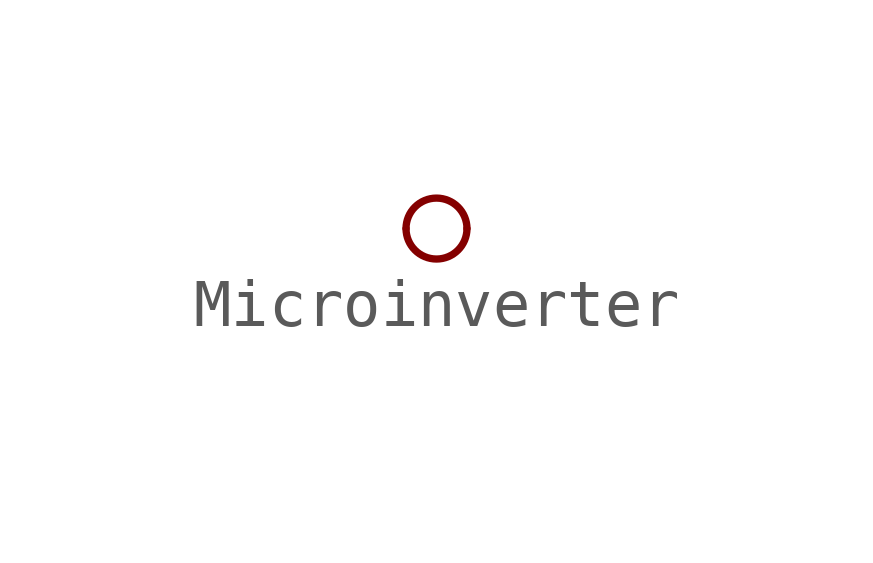
<source format=kicad_sym>
(kicad_symbol_lib
  (version 20211014)
  (generator kicad_symbol_editor)
  (symbol "Microinverter"
    (property "Reference" "U"
      (at 0 -2.54 0)
      (effects (font (size 1.27 1.27)) hide))
    (symbol "Microinverter_1_1"
      (pin input inverted (at -1.27 0 0) (length 1.27) (name "" (effects (font (size 1.27 1.27)))) (number "" (effects (font (size 1.27 1.27)))))
      (pin output line (at 0 0 180) (length 0) (name "" (effects (font (size 1.27 1.27)))) (number "" (effects (font (size 1.27 1.27))))))))
</source>
